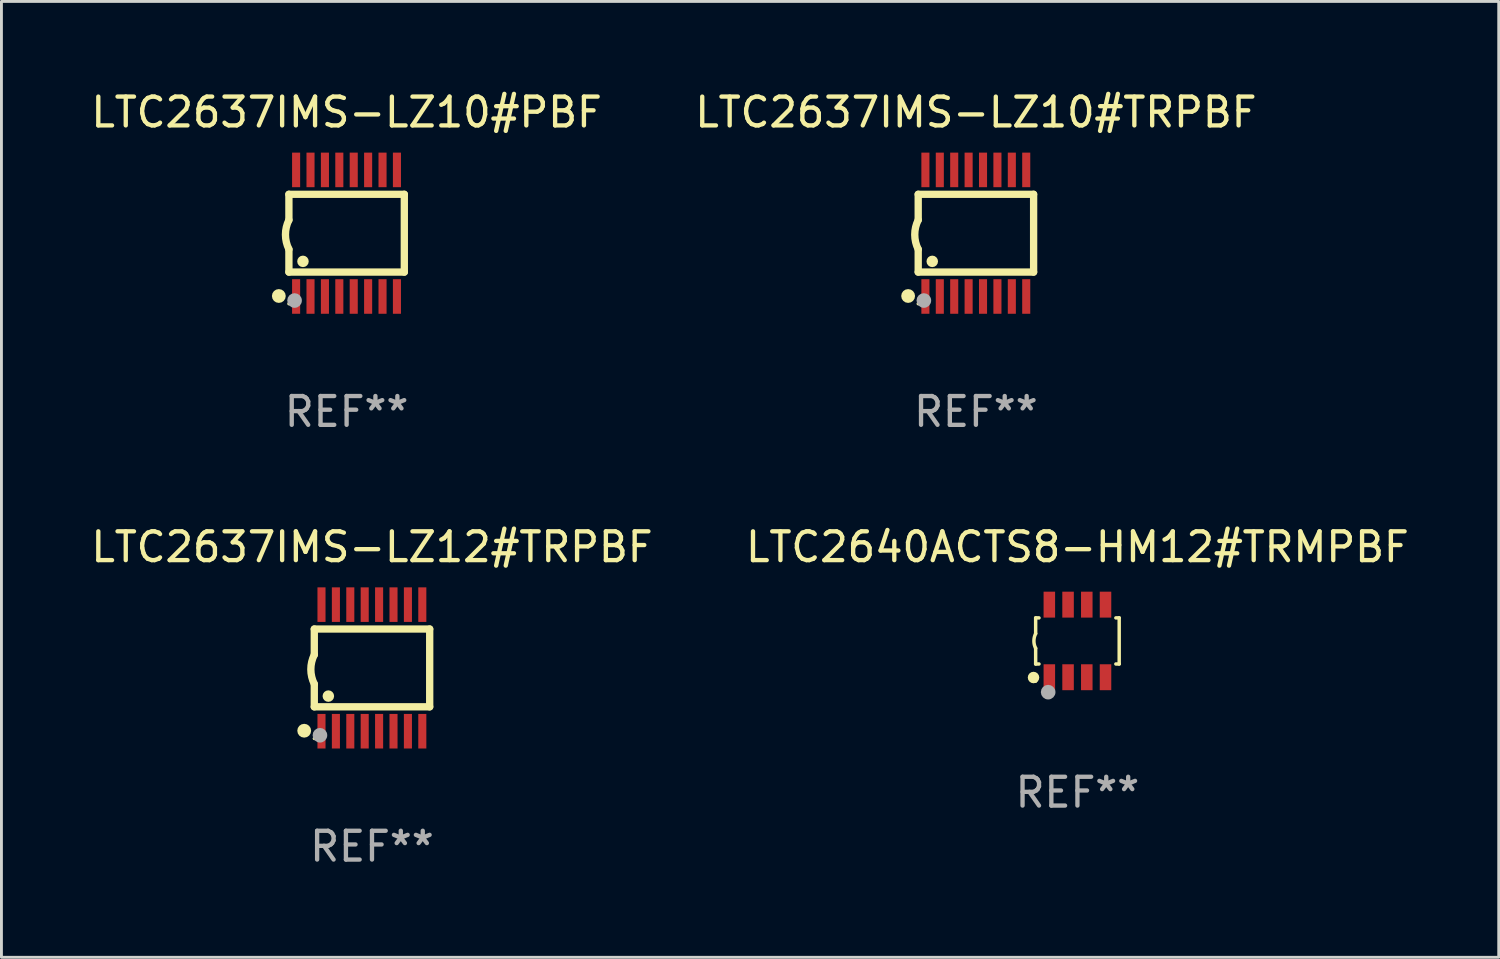
<source format=kicad_pcb>
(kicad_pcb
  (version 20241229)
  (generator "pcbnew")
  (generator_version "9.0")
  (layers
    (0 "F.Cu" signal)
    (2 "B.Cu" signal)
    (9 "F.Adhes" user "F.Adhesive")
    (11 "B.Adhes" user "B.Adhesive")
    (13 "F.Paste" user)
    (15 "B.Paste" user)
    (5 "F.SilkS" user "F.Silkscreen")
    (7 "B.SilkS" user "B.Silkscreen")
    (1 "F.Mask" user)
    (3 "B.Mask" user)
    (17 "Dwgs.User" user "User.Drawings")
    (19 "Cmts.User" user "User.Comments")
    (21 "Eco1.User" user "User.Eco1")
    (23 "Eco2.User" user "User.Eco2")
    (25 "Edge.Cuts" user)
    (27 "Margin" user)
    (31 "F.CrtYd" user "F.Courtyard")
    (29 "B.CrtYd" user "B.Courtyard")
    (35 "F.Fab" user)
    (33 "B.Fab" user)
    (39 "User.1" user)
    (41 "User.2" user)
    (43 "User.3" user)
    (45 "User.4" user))
  (footprint "LTC2637IMS-LZ10#TRPBF"
    (layer "F.Cu")
    (at 30.827 5.045)
    (property "Reference" "LTC2637IMS-LZ10#TRPBF" (at 0 -4.197 0) (layer "F.SilkS") (effects (font (size 1 1) (thickness 0.15))))
    (attr through_hole)
    (fp_line (start -2.003 -1.35) (end -2.003 -0.457) (stroke (width 0.254) (type solid)) (layer "F.SilkS"))
    (fp_line (start -2.003 -1.35) (end 2.003 -1.35) (stroke (width 0.254) (type solid)) (layer "F.SilkS"))
    (fp_line (start -2.003 1.35) (end -2.003 0.559) (stroke (width 0.254) (type solid)) (layer "F.SilkS"))
    (fp_line (start -2.003 1.35) (end 2.003 1.35) (stroke (width 0.254) (type solid)) (layer "F.SilkS"))
    (fp_line (start 2.003 -1.35) (end 2.003 1.35) (stroke (width 0.254) (type solid)) (layer "F.SilkS"))
    (fp_arc (start -2.002286 0.558802) (mid -2.122556 0.05092) (end -2.003302 -0.457201) (stroke (width 0.254001) (type solid)) (layer "F.SilkS"))
    (fp_circle (center -2.353 2.18) (end -2.233 2.18) (stroke (width 0.24) (type solid)) (fill no) (layer "F.SilkS"))
    (fp_circle (center -2.003 2.45) (end -1.973 2.45) (stroke (width 0.06) (type solid)) (fill no) (layer "F.SilkS"))
    (fp_circle (center -1.515 0.978) (end -1.415 0.978) (stroke (width 0.2) (type solid)) (fill no) (layer "F.SilkS"))
    (fp_circle (center -1.807 2.337) (end -1.68 2.337) (stroke (width 0.254) (type solid)) (fill no) (layer "F.Fab"))
    (fp_text user "REF**" (at 0 6.197 0) (layer "F.Fab") (effects (font (size 1 1) (thickness 0.15))))
    (pad "1" smd rect (at -1.753 2.197 90) (size 1.2 0.28) (layers "F.Cu" "F.Mask" "F.Paste"))
    (pad "2" smd rect (at -1.253 2.197 90) (size 1.2 0.28) (layers "F.Cu" "F.Mask" "F.Paste"))
    (pad "3" smd rect (at -0.753 2.197 90) (size 1.2 0.28) (layers "F.Cu" "F.Mask" "F.Paste"))
    (pad "4" smd rect (at -0.253 2.197 90) (size 1.2 0.28) (layers "F.Cu" "F.Mask" "F.Paste"))
    (pad "5" smd rect (at 0.247 2.197 90) (size 1.2 0.28) (layers "F.Cu" "F.Mask" "F.Paste"))
    (pad "6" smd rect (at 0.747 2.197 90) (size 1.2 0.28) (layers "F.Cu" "F.Mask" "F.Paste"))
    (pad "7" smd rect (at 1.247 2.197 90) (size 1.2 0.28) (layers "F.Cu" "F.Mask" "F.Paste"))
    (pad "8" smd rect (at 1.747 2.197 90) (size 1.2 0.28) (layers "F.Cu" "F.Mask" "F.Paste"))
    (pad "9" smd rect (at 1.747 -2.197 90) (size 1.2 0.28) (layers "F.Cu" "F.Mask" "F.Paste"))
    (pad "10" smd rect (at 1.247 -2.197 90) (size 1.2 0.28) (layers "F.Cu" "F.Mask" "F.Paste"))
    (pad "11" smd rect (at 0.747 -2.197 90) (size 1.2 0.28) (layers "F.Cu" "F.Mask" "F.Paste"))
    (pad "12" smd rect (at 0.247 -2.197 90) (size 1.2 0.28) (layers "F.Cu" "F.Mask" "F.Paste"))
    (pad "13" smd rect (at -0.253 -2.197 90) (size 1.2 0.28) (layers "F.Cu" "F.Mask" "F.Paste"))
    (pad "14" smd rect (at -0.753 -2.197 90) (size 1.2 0.28) (layers "F.Cu" "F.Mask" "F.Paste"))
    (pad "15" smd rect (at -1.253 -2.197 90) (size 1.2 0.28) (layers "F.Cu" "F.Mask" "F.Paste"))
    (pad "16" smd rect (at -1.753 -2.197 90) (size 1.2 0.28) (layers "F.Cu" "F.Mask" "F.Paste")))
  (footprint "LTC2637IMS-LZ10#PBF"
    (layer "F.Cu")
    (at 8.982 5.045)
    (property "Reference" "LTC2637IMS-LZ10#PBF" (at 0 -4.197 0) (layer "F.SilkS") (effects (font (size 1 1) (thickness 0.15))))
    (attr through_hole)
    (fp_line (start -2.003 -1.35) (end -2.003 -0.457) (stroke (width 0.254) (type solid)) (layer "F.SilkS"))
    (fp_line (start -2.003 -1.35) (end 2.003 -1.35) (stroke (width 0.254) (type solid)) (layer "F.SilkS"))
    (fp_line (start -2.003 1.35) (end -2.003 0.559) (stroke (width 0.254) (type solid)) (layer "F.SilkS"))
    (fp_line (start -2.003 1.35) (end 2.003 1.35) (stroke (width 0.254) (type solid)) (layer "F.SilkS"))
    (fp_line (start 2.003 -1.35) (end 2.003 1.35) (stroke (width 0.254) (type solid)) (layer "F.SilkS"))
    (fp_arc (start -2.002286 0.558802) (mid -2.122556 0.05092) (end -2.003302 -0.457201) (stroke (width 0.254001) (type solid)) (layer "F.SilkS"))
    (fp_circle (center -2.353 2.18) (end -2.233 2.18) (stroke (width 0.24) (type solid)) (fill no) (layer "F.SilkS"))
    (fp_circle (center -2.003 2.45) (end -1.973 2.45) (stroke (width 0.06) (type solid)) (fill no) (layer "F.SilkS"))
    (fp_circle (center -1.515 0.978) (end -1.415 0.978) (stroke (width 0.2) (type solid)) (fill no) (layer "F.SilkS"))
    (fp_circle (center -1.807 2.337) (end -1.68 2.337) (stroke (width 0.254) (type solid)) (fill no) (layer "F.Fab"))
    (fp_text user "REF**" (at 0 6.197 0) (layer "F.Fab") (effects (font (size 1 1) (thickness 0.15))))
    (pad "1" smd rect (at -1.753 2.197 90) (size 1.2 0.28) (layers "F.Cu" "F.Mask" "F.Paste"))
    (pad "2" smd rect (at -1.253 2.197 90) (size 1.2 0.28) (layers "F.Cu" "F.Mask" "F.Paste"))
    (pad "3" smd rect (at -0.753 2.197 90) (size 1.2 0.28) (layers "F.Cu" "F.Mask" "F.Paste"))
    (pad "4" smd rect (at -0.253 2.197 90) (size 1.2 0.28) (layers "F.Cu" "F.Mask" "F.Paste"))
    (pad "5" smd rect (at 0.247 2.197 90) (size 1.2 0.28) (layers "F.Cu" "F.Mask" "F.Paste"))
    (pad "6" smd rect (at 0.747 2.197 90) (size 1.2 0.28) (layers "F.Cu" "F.Mask" "F.Paste"))
    (pad "7" smd rect (at 1.247 2.197 90) (size 1.2 0.28) (layers "F.Cu" "F.Mask" "F.Paste"))
    (pad "8" smd rect (at 1.747 2.197 90) (size 1.2 0.28) (layers "F.Cu" "F.Mask" "F.Paste"))
    (pad "9" smd rect (at 1.747 -2.197 90) (size 1.2 0.28) (layers "F.Cu" "F.Mask" "F.Paste"))
    (pad "10" smd rect (at 1.247 -2.197 90) (size 1.2 0.28) (layers "F.Cu" "F.Mask" "F.Paste"))
    (pad "11" smd rect (at 0.747 -2.197 90) (size 1.2 0.28) (layers "F.Cu" "F.Mask" "F.Paste"))
    (pad "12" smd rect (at 0.247 -2.197 90) (size 1.2 0.28) (layers "F.Cu" "F.Mask" "F.Paste"))
    (pad "13" smd rect (at -0.253 -2.197 90) (size 1.2 0.28) (layers "F.Cu" "F.Mask" "F.Paste"))
    (pad "14" smd rect (at -0.753 -2.197 90) (size 1.2 0.28) (layers "F.Cu" "F.Mask" "F.Paste"))
    (pad "15" smd rect (at -1.253 -2.197 90) (size 1.2 0.28) (layers "F.Cu" "F.Mask" "F.Paste"))
    (pad "16" smd rect (at -1.753 -2.197 90) (size 1.2 0.28) (layers "F.Cu" "F.Mask" "F.Paste")))
  (footprint "LTC2637IMS-LZ12#TRPBF"
    (layer "F.Cu")
    (at 9.863 20.136)
    (property "Reference" "LTC2637IMS-LZ12#TRPBF" (at 0 -4.197 0) (layer "F.SilkS") (effects (font (size 1 1) (thickness 0.15))))
    (attr through_hole)
    (fp_line (start -2.003 -1.35) (end -2.003 -0.457) (stroke (width 0.254) (type solid)) (layer "F.SilkS"))
    (fp_line (start -2.003 -1.35) (end 2.003 -1.35) (stroke (width 0.254) (type solid)) (layer "F.SilkS"))
    (fp_line (start -2.003 1.35) (end -2.003 0.559) (stroke (width 0.254) (type solid)) (layer "F.SilkS"))
    (fp_line (start -2.003 1.35) (end 2.003 1.35) (stroke (width 0.254) (type solid)) (layer "F.SilkS"))
    (fp_line (start 2.003 -1.35) (end 2.003 1.35) (stroke (width 0.254) (type solid)) (layer "F.SilkS"))
    (fp_arc (start -2.002286 0.558802) (mid -2.122556 0.05092) (end -2.003302 -0.457201) (stroke (width 0.254001) (type solid)) (layer "F.SilkS"))
    (fp_circle (center -2.353 2.18) (end -2.233 2.18) (stroke (width 0.24) (type solid)) (fill no) (layer "F.SilkS"))
    (fp_circle (center -2.003 2.45) (end -1.973 2.45) (stroke (width 0.06) (type solid)) (fill no) (layer "F.SilkS"))
    (fp_circle (center -1.515 0.978) (end -1.415 0.978) (stroke (width 0.2) (type solid)) (fill no) (layer "F.SilkS"))
    (fp_circle (center -1.807 2.337) (end -1.68 2.337) (stroke (width 0.254) (type solid)) (fill no) (layer "F.Fab"))
    (fp_text user "REF**" (at 0 6.197 0) (layer "F.Fab") (effects (font (size 1 1) (thickness 0.15))))
    (pad "1" smd rect (at -1.753 2.197 90) (size 1.2 0.28) (layers "F.Cu" "F.Mask" "F.Paste"))
    (pad "2" smd rect (at -1.253 2.197 90) (size 1.2 0.28) (layers "F.Cu" "F.Mask" "F.Paste"))
    (pad "3" smd rect (at -0.753 2.197 90) (size 1.2 0.28) (layers "F.Cu" "F.Mask" "F.Paste"))
    (pad "4" smd rect (at -0.253 2.197 90) (size 1.2 0.28) (layers "F.Cu" "F.Mask" "F.Paste"))
    (pad "5" smd rect (at 0.247 2.197 90) (size 1.2 0.28) (layers "F.Cu" "F.Mask" "F.Paste"))
    (pad "6" smd rect (at 0.747 2.197 90) (size 1.2 0.28) (layers "F.Cu" "F.Mask" "F.Paste"))
    (pad "7" smd rect (at 1.247 2.197 90) (size 1.2 0.28) (layers "F.Cu" "F.Mask" "F.Paste"))
    (pad "8" smd rect (at 1.747 2.197 90) (size 1.2 0.28) (layers "F.Cu" "F.Mask" "F.Paste"))
    (pad "9" smd rect (at 1.747 -2.197 90) (size 1.2 0.28) (layers "F.Cu" "F.Mask" "F.Paste"))
    (pad "10" smd rect (at 1.247 -2.197 90) (size 1.2 0.28) (layers "F.Cu" "F.Mask" "F.Paste"))
    (pad "11" smd rect (at 0.747 -2.197 90) (size 1.2 0.28) (layers "F.Cu" "F.Mask" "F.Paste"))
    (pad "12" smd rect (at 0.247 -2.197 90) (size 1.2 0.28) (layers "F.Cu" "F.Mask" "F.Paste"))
    (pad "13" smd rect (at -0.253 -2.197 90) (size 1.2 0.28) (layers "F.Cu" "F.Mask" "F.Paste"))
    (pad "14" smd rect (at -0.753 -2.197 90) (size 1.2 0.28) (layers "F.Cu" "F.Mask" "F.Paste"))
    (pad "15" smd rect (at -1.253 -2.197 90) (size 1.2 0.28) (layers "F.Cu" "F.Mask" "F.Paste"))
    (pad "16" smd rect (at -1.753 -2.197 90) (size 1.2 0.28) (layers "F.Cu" "F.Mask" "F.Paste")))
  (footprint "LTC2640ACTS8-HM12#TRMPBF"
    (layer "F.Cu")
    (at 34.351 19.199)
    (property "Reference" "LTC2640ACTS8-HM12#TRMPBF" (at 0 -3.26 0) (layer "F.SilkS") (effects (font (size 1 1) (thickness 0.15))))
    (attr through_hole)
    (fp_line (start -1.45 -0.8) (end -1.45 -0.254) (stroke (width 0.12) (type solid)) (layer "F.SilkS"))
    (fp_line (start -1.45 -0.8) (end -1.334 -0.8) (stroke (width 0.12) (type solid)) (layer "F.SilkS"))
    (fp_line (start -1.45 0.8) (end -1.45 0.254) (stroke (width 0.12) (type solid)) (layer "F.SilkS"))
    (fp_line (start -1.45 0.8) (end -1.334 0.8) (stroke (width 0.12) (type solid)) (layer "F.SilkS"))
    (fp_line (start 1.334 -0.8) (end 1.45 -0.8) (stroke (width 0.12) (type solid)) (layer "F.SilkS"))
    (fp_line (start 1.334 0.8) (end 1.45 0.8) (stroke (width 0.12) (type solid)) (layer "F.SilkS"))
    (fp_line (start 1.45 0.8) (end 1.45 -0.8) (stroke (width 0.12) (type solid)) (layer "F.SilkS"))
    (fp_arc (start -1.45075 0.255144) (mid -1.510605 0.000434) (end -1.450013 -0.254102) (stroke (width 0.11999) (type solid)) (layer "F.SilkS"))
    (fp_circle (center -1.524 1.27) (end -1.424 1.27) (stroke (width 0.2) (type solid)) (fill no) (layer "F.SilkS"))
    (fp_circle (center -1.45 1.4) (end -1.42 1.4) (stroke (width 0.06) (type solid)) (fill no) (layer "F.SilkS"))
    (fp_circle (center -1.016 1.778) (end -0.889 1.778) (stroke (width 0.254) (type solid)) (fill no) (layer "F.Fab"))
    (fp_text user "REF**" (at 0 5.26 0) (layer "F.Fab") (effects (font (size 1 1) (thickness 0.15))))
    (pad "1" smd rect (at -0.975 1.26) (size 0.4 0.9) (layers "F.Cu" "F.Mask" "F.Paste"))
    (pad "2" smd rect (at -0.325 1.26) (size 0.4 0.9) (layers "F.Cu" "F.Mask" "F.Paste"))
    (pad "3" smd rect (at 0.325 1.26) (size 0.4 0.9) (layers "F.Cu" "F.Mask" "F.Paste"))
    (pad "4" smd rect (at 0.975 1.26) (size 0.4 0.9) (layers "F.Cu" "F.Mask" "F.Paste"))
    (pad "5" smd rect (at 0.975 -1.26) (size 0.4 0.9) (layers "F.Cu" "F.Mask" "F.Paste"))
    (pad "6" smd rect (at 0.325 -1.26) (size 0.4 0.9) (layers "F.Cu" "F.Mask" "F.Paste"))
    (pad "7" smd rect (at -0.325 -1.26) (size 0.4 0.9) (layers "F.Cu" "F.Mask" "F.Paste"))
    (pad "8" smd rect (at -0.975 -1.26) (size 0.4 0.9) (layers "F.Cu" "F.Mask" "F.Paste")))
  (gr_rect
    (start -3 -3)
    (end 48.976 30.181)
    (stroke (width 0.1) (type default))
    (fill no)
    (layer "Edge.Cuts")))
</source>
